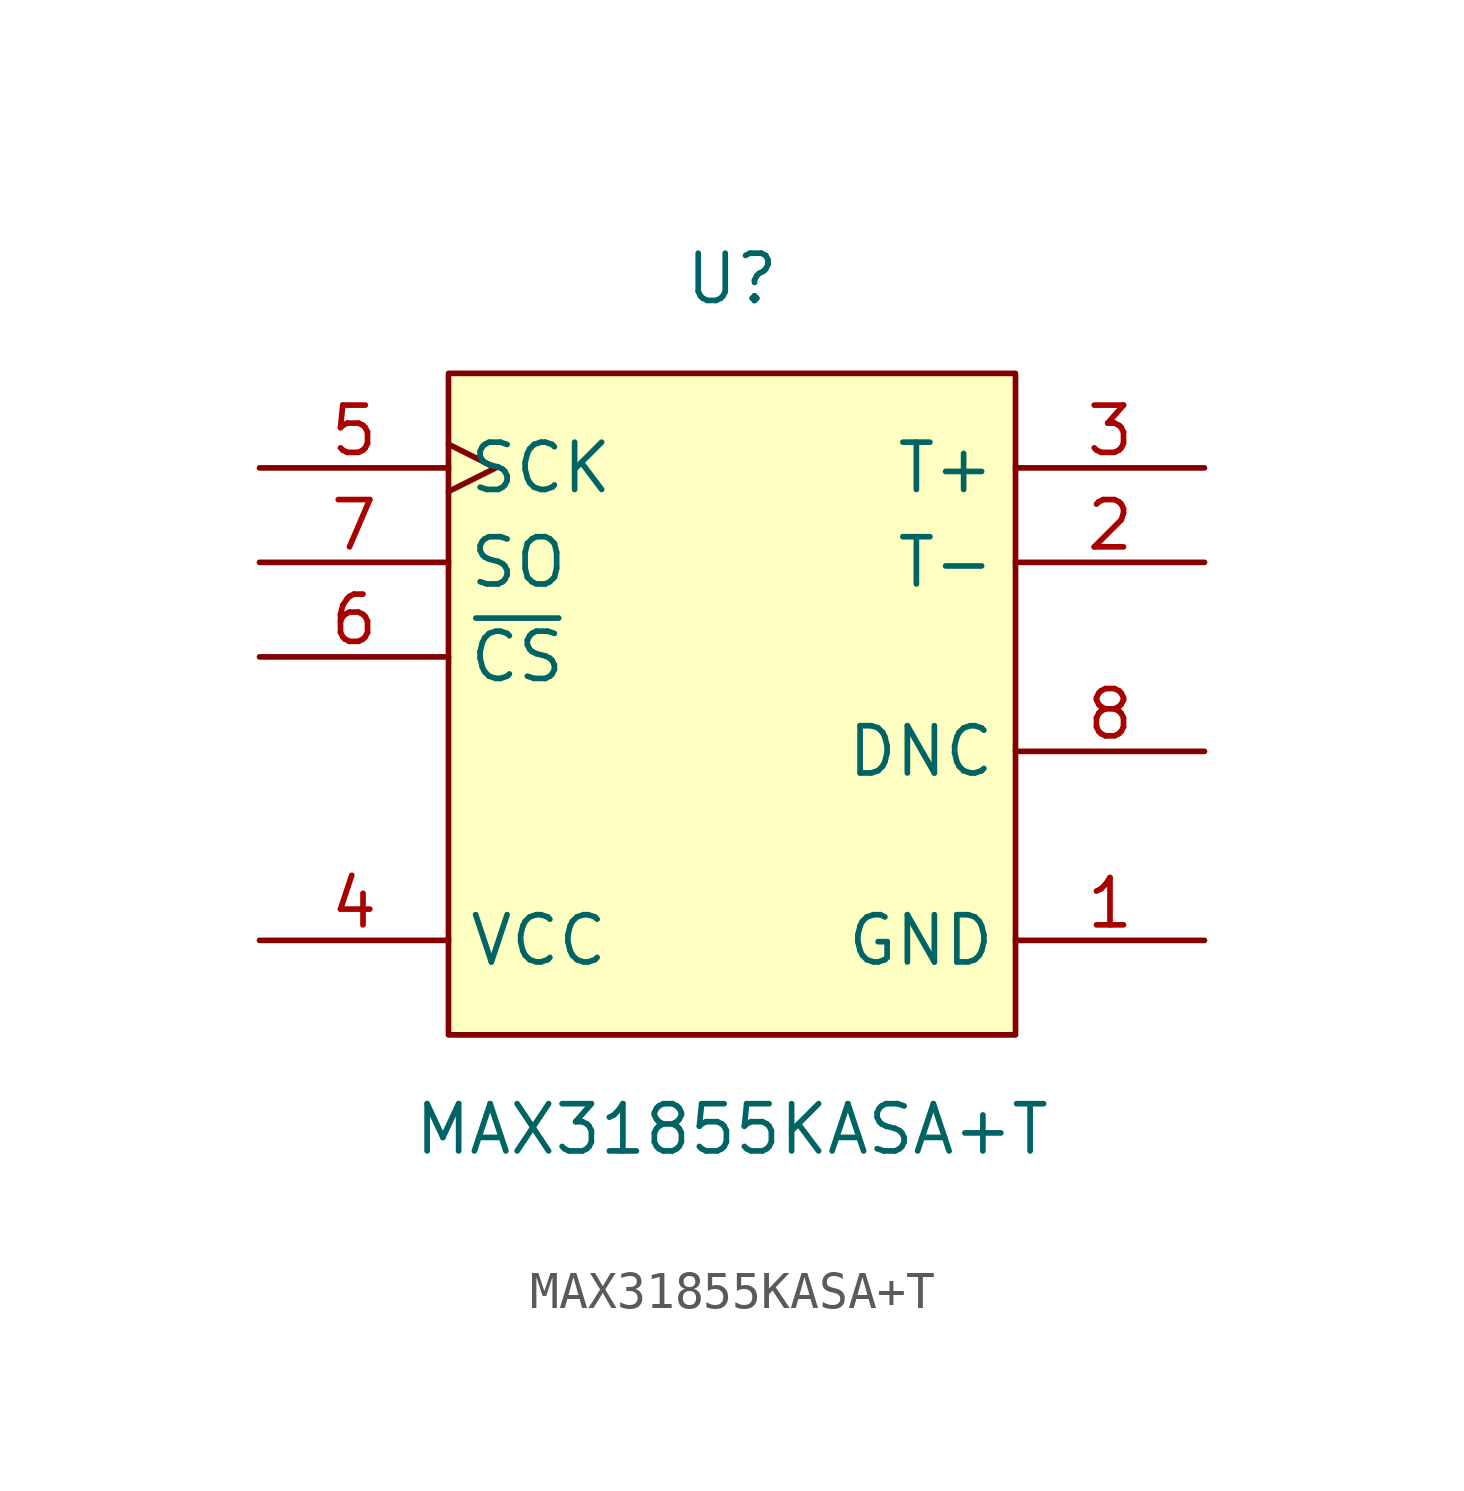
<source format=kicad_sym>
(kicad_symbol_lib
  (version 1)
  (generator "faebryk")
  (symbol "MAX31855KASA+T"
    (property "Reference" "U"
      (at 0 11.43 0)
      (effects (font (size 1.27 1.27)) (hide no)))
    (property "Value" "MAX31855KASA+T"
      (at 0 -11.43 0)
      (effects (font (size 1.27 1.27)) (hide no)))
    (symbol "MAX31855KASA+T_0_1"
      (rectangle (start -7.62 8.89) (end 7.62 -8.89) (stroke (width 0) (type default) (color 0 0 0 0)) (fill (type background)))
      (pin power_in line (at 12.7 -6.35 180) (length 5.08) (name "GND" (effects (font (size 1.27 1.27)) (hide no))) (number "1" (effects (font (size 1.27 1.27)) (hide no))))
      (pin unspecified line (at 12.7 3.81 180) (length 5.08) (name "T-" (effects (font (size 1.27 1.27)) (hide no))) (number "2" (effects (font (size 1.27 1.27)) (hide no))))
      (pin unspecified line (at 12.7 6.35 180) (length 5.08) (name "T+" (effects (font (size 1.27 1.27)) (hide no))) (number "3" (effects (font (size 1.27 1.27)) (hide no))))
      (pin power_in line (at -12.7 -6.35 0) (length 5.08) (name "VCC" (effects (font (size 1.27 1.27)) (hide no))) (number "4" (effects (font (size 1.27 1.27)) (hide no))))
      (pin unspecified clock (at -12.7 6.35 0) (length 5.08) (name "SCK" (effects (font (size 1.27 1.27)) (hide no))) (number "5" (effects (font (size 1.27 1.27)) (hide no))))
      (pin unspecified line (at -12.7 1.27 0) (length 5.08) (name "~{CS}" (effects (font (size 1.27 1.27)) (hide no))) (number "6" (effects (font (size 1.27 1.27)) (hide no))))
      (pin output line (at -12.7 3.81 0) (length 5.08) (name "SO" (effects (font (size 1.27 1.27)) (hide no))) (number "7" (effects (font (size 1.27 1.27)) (hide no))))
      (pin unspecified line (at 12.7 -1.27 180) (length 5.08) (name "DNC" (effects (font (size 1.27 1.27)) (hide no))) (number "8" (effects (font (size 1.27 1.27)) (hide no)))))))
</source>
